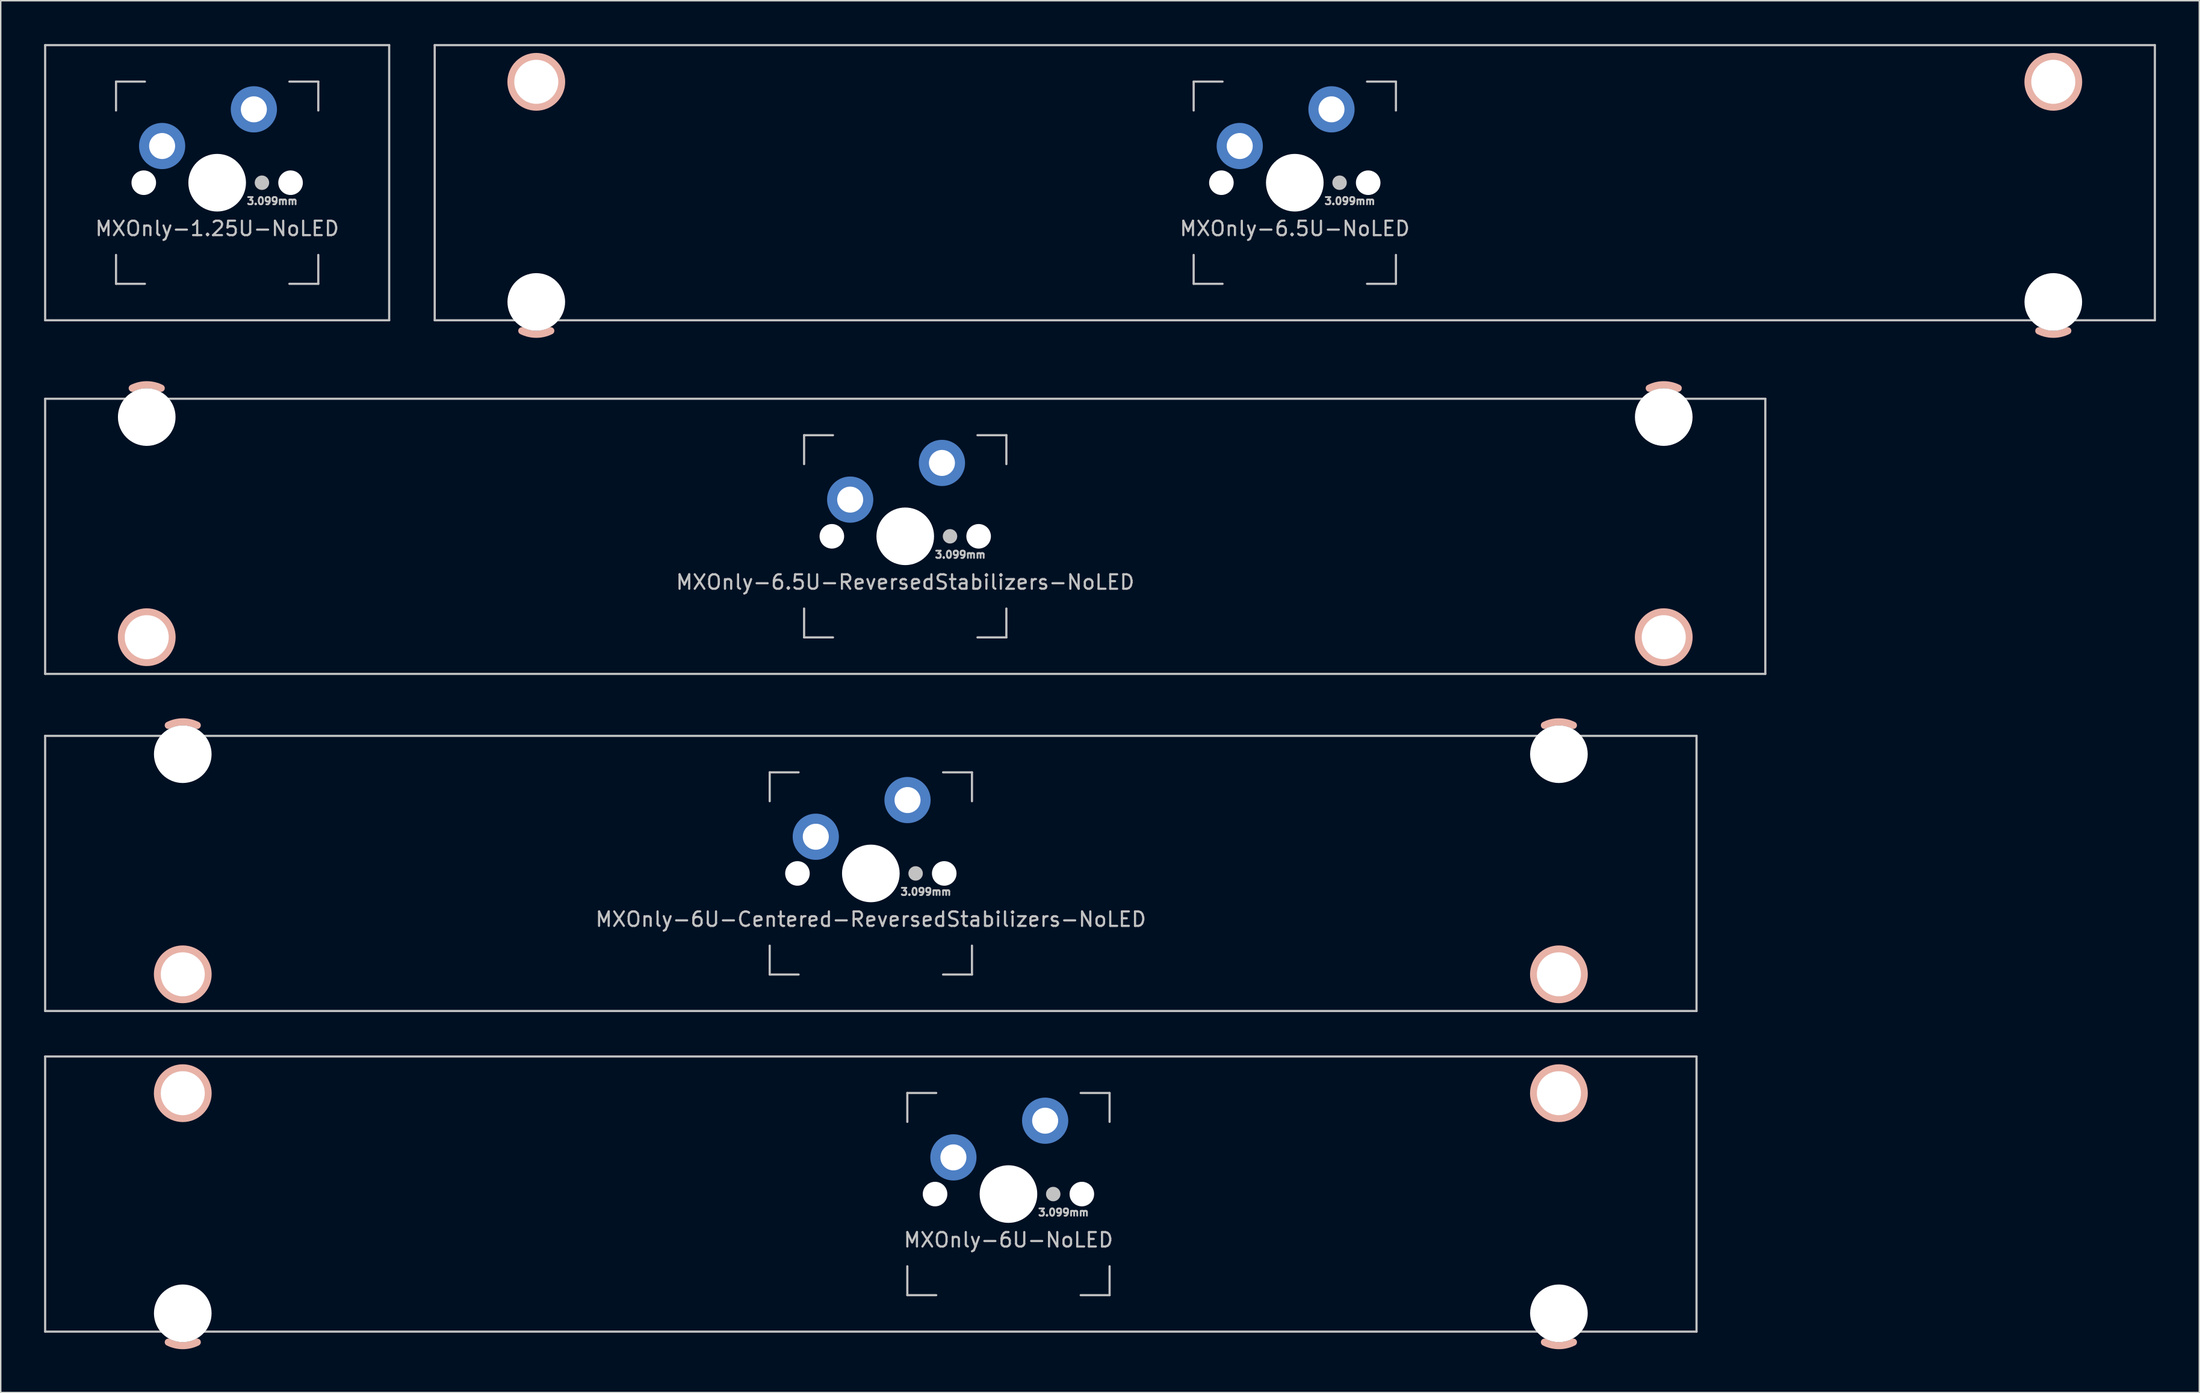
<source format=kicad_pcb>
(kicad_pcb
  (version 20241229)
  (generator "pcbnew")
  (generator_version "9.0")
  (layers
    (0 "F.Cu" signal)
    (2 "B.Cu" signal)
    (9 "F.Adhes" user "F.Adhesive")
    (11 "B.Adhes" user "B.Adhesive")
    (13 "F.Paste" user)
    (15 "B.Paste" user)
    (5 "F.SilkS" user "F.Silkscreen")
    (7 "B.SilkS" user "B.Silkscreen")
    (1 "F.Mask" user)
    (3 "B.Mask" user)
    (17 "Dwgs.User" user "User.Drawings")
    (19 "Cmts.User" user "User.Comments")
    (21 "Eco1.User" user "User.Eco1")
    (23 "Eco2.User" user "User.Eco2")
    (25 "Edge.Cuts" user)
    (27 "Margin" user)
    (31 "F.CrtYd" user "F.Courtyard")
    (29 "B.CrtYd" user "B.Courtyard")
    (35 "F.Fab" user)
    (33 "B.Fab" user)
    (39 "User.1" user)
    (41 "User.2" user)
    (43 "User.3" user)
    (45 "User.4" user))
  (footprint "MXOnly-6U-NoLED"
    (layer "F.Cu")
    (at 57.225 79.623)
    (property "Reference" "MXOnly-6U-NoLED" (at 9.525 3.175 0) (layer "Dwgs.User") (effects (font (size 1 1) (thickness 0.15))))
    (attr through_hole)
    (fp_arc (start -46.625 10.255) (mid -47.624413 10.491068) (end -48.623949 10.255525) (stroke (width 0.5) (type solid)) (layer "B.SilkS"))
    (fp_arc (start 48.625 10.255) (mid 47.625587 10.491068) (end 46.626051 10.255525) (stroke (width 0.5) (type solid)) (layer "B.SilkS"))
    (fp_circle (center -47.625 -6.985) (end -45.875 -6.985) (stroke (width 0.5) (type solid)) (fill no) (layer "B.SilkS"))
    (fp_circle (center 47.625 -6.985) (end 49.375 -6.985) (stroke (width 0.5) (type solid)) (fill no) (layer "B.SilkS"))
    (fp_line (start -57.15 -9.525) (end 57.15 -9.525) (stroke (width 0.15) (type solid)) (layer "Dwgs.User"))
    (fp_line (start -57.15 9.525) (end -57.15 -9.525) (stroke (width 0.15) (type solid)) (layer "Dwgs.User"))
    (fp_line (start -57.15 9.525) (end 57.15 9.525) (stroke (width 0.15) (type solid)) (layer "Dwgs.User"))
    (fp_line (start 2.525 -7) (end 2.525 -5) (stroke (width 0.15) (type solid)) (layer "Dwgs.User"))
    (fp_line (start 2.525 5) (end 2.525 7) (stroke (width 0.15) (type solid)) (layer "Dwgs.User"))
    (fp_line (start 2.525 7) (end 4.525 7) (stroke (width 0.15) (type solid)) (layer "Dwgs.User"))
    (fp_line (start 4.525 -7) (end 2.525 -7) (stroke (width 0.15) (type solid)) (layer "Dwgs.User"))
    (fp_line (start 14.525 -7) (end 16.525 -7) (stroke (width 0.15) (type solid)) (layer "Dwgs.User"))
    (fp_line (start 14.525 7) (end 16.525 7) (stroke (width 0.15) (type solid)) (layer "Dwgs.User"))
    (fp_line (start 16.525 -7) (end 16.525 -5) (stroke (width 0.15) (type solid)) (layer "Dwgs.User"))
    (fp_line (start 16.525 7) (end 16.525 5) (stroke (width 0.15) (type solid)) (layer "Dwgs.User"))
    (fp_line (start 57.15 -9.525) (end 57.15 9.525) (stroke (width 0.15) (type solid)) (layer "Dwgs.User"))
    (fp_text user "3.099mm" (at 13.335 1.27 0) (layer "Dwgs.User") (effects (font (size 0.5 0.5) (thickness 0.125))))
    (pad "" np_thru_hole circle (at -47.625 -6.985) (size 3.048 3.048) (drill 3.048) (layers "*.Cu" "*.Mask"))
    (pad "" np_thru_hole circle (at -47.625 8.255) (size 3.988 3.988) (drill 3.988) (layers "*.Cu" "*.Mask"))
    (pad "" np_thru_hole circle (at 4.445 0 48.099) (size 1.7 1.7) (drill 1.7) (layers "*.Cu" "*.Mask"))
    (pad "" smd circle (at 5.715 -2.54) (size 2.8 2.8) (layers "B.Mask"))
    (pad "" np_thru_hole circle (at 9.525 0) (size 3.988 3.988) (drill 3.988) (layers "*.Cu" "*.Mask"))
    (pad "" smd circle (at 12.065 -5.08) (size 2.8 2.8) (layers "B.Mask"))
    (pad "" smd circle (at 12.624 0) (size 1 1) (layers "Dwgs.User"))
    (pad "" np_thru_hole circle (at 14.605 0 48.099) (size 1.7 1.7) (drill 1.7) (layers "*.Cu" "*.Mask"))
    (pad "" np_thru_hole circle (at 47.625 -6.985) (size 3.048 3.048) (drill 3.048) (layers "*.Cu" "*.Mask"))
    (pad "" np_thru_hole circle (at 47.625 8.255) (size 3.988 3.988) (drill 3.988) (layers "*.Cu" "*.Mask"))
    (pad "1" thru_hole circle (at 5.715 -2.54) (size 2.4 2.4) (drill 1.8) (layers "*.Cu"))
    (pad "1" connect circle (at 5.715 -2.54) (size 3.2 3.2) (layers "B.Cu"))
    (pad "2" thru_hole circle (at 12.065 -5.08) (size 2.4 2.4) (drill 1.8) (layers "*.Cu"))
    (pad "2" connect circle (at 12.065 -5.08) (size 3.2 3.2) (layers "B.Cu")))
  (footprint "MXOnly-6U-Centered-ReversedStabilizers-NoLED"
    (layer "F.Cu")
    (at 57.225 57.423)
    (property "Reference" "MXOnly-6U-Centered-ReversedStabilizers-NoLED" (at 0 3.175 0) (layer "Dwgs.User") (effects (font (size 1 1) (thickness 0.15))))
    (attr through_hole)
    (fp_arc (start -48.625 -10.255) (mid -47.625587 -10.491068) (end -46.626051 -10.255525) (stroke (width 0.5) (type solid)) (layer "B.SilkS"))
    (fp_arc (start 46.625 -10.255) (mid 47.624413 -10.491068) (end 48.623949 -10.255525) (stroke (width 0.5) (type solid)) (layer "B.SilkS"))
    (fp_circle (center -47.625 6.985) (end -49.375 6.985) (stroke (width 0.5) (type solid)) (fill no) (layer "B.SilkS"))
    (fp_circle (center 47.625 6.985) (end 45.875 6.985) (stroke (width 0.5) (type solid)) (fill no) (layer "B.SilkS"))
    (fp_line (start -57.15 -9.525) (end 57.15 -9.525) (stroke (width 0.15) (type solid)) (layer "Dwgs.User"))
    (fp_line (start -57.15 9.525) (end -57.15 -9.525) (stroke (width 0.15) (type solid)) (layer "Dwgs.User"))
    (fp_line (start -57.15 9.525) (end 57.15 9.525) (stroke (width 0.15) (type solid)) (layer "Dwgs.User"))
    (fp_line (start -7 -7) (end -7 -5) (stroke (width 0.15) (type solid)) (layer "Dwgs.User"))
    (fp_line (start -7 5) (end -7 7) (stroke (width 0.15) (type solid)) (layer "Dwgs.User"))
    (fp_line (start -7 7) (end -5 7) (stroke (width 0.15) (type solid)) (layer "Dwgs.User"))
    (fp_line (start -5 -7) (end -7 -7) (stroke (width 0.15) (type solid)) (layer "Dwgs.User"))
    (fp_line (start 5 -7) (end 7 -7) (stroke (width 0.15) (type solid)) (layer "Dwgs.User"))
    (fp_line (start 5 7) (end 7 7) (stroke (width 0.15) (type solid)) (layer "Dwgs.User"))
    (fp_line (start 7 -7) (end 7 -5) (stroke (width 0.15) (type solid)) (layer "Dwgs.User"))
    (fp_line (start 7 7) (end 7 5) (stroke (width 0.15) (type solid)) (layer "Dwgs.User"))
    (fp_line (start 57.15 -9.525) (end 57.15 9.525) (stroke (width 0.15) (type solid)) (layer "Dwgs.User"))
    (fp_text user "3.099mm" (at 3.81 1.27 0) (layer "Dwgs.User") (effects (font (size 0.5 0.5) (thickness 0.125))))
    (pad "" np_thru_hole circle (at -47.625 -8.255) (size 3.988 3.988) (drill 3.988) (layers "*.Cu" "*.Mask"))
    (pad "" np_thru_hole circle (at -47.625 6.985) (size 3.048 3.048) (drill 3.048) (layers "*.Cu" "*.Mask"))
    (pad "" np_thru_hole circle (at -5.08 0 48.099) (size 1.7 1.7) (drill 1.7) (layers "*.Cu" "*.Mask"))
    (pad "" smd circle (at -3.81 -2.54) (size 2.8 2.8) (layers "B.Mask"))
    (pad "" np_thru_hole circle (at 0 0) (size 3.988 3.988) (drill 3.988) (layers "*.Cu" "*.Mask"))
    (pad "" smd circle (at 2.54 -5.08) (size 2.8 2.8) (layers "B.Mask"))
    (pad "" smd circle (at 3.099 0) (size 1 1) (layers "Dwgs.User"))
    (pad "" np_thru_hole circle (at 5.08 0 48.099) (size 1.7 1.7) (drill 1.7) (layers "*.Cu" "*.Mask"))
    (pad "" np_thru_hole circle (at 47.625 -8.255) (size 3.988 3.988) (drill 3.988) (layers "*.Cu" "*.Mask"))
    (pad "" np_thru_hole circle (at 47.625 6.985) (size 3.048 3.048) (drill 3.048) (layers "*.Cu" "*.Mask"))
    (pad "1" thru_hole circle (at -3.81 -2.54) (size 2.4 2.4) (drill 1.8) (layers "*.Cu"))
    (pad "1" connect circle (at -3.81 -2.54) (size 3.2 3.2) (layers "B.Cu"))
    (pad "2" thru_hole circle (at 2.54 -5.08) (size 2.4 2.4) (drill 1.8) (layers "*.Cu"))
    (pad "2" connect circle (at 2.54 -5.08) (size 3.2 3.2) (layers "B.Cu")))
  (footprint "MXOnly-1.25U-NoLED"
    (layer "F.Cu")
    (at 11.981 9.6)
    (property "Reference" "MXOnly-1.25U-NoLED" (at 0 3.175 0) (layer "Dwgs.User") (effects (font (size 1 1) (thickness 0.15))))
    (attr through_hole)
    (fp_line (start -11.906 -9.525) (end 11.906 -9.525) (stroke (width 0.15) (type solid)) (layer "Dwgs.User"))
    (fp_line (start -11.906 9.525) (end -11.906 -9.525) (stroke (width 0.15) (type solid)) (layer "Dwgs.User"))
    (fp_line (start -11.906 9.525) (end 11.906 9.525) (stroke (width 0.15) (type solid)) (layer "Dwgs.User"))
    (fp_line (start -7 -7) (end -7 -5) (stroke (width 0.15) (type solid)) (layer "Dwgs.User"))
    (fp_line (start -7 5) (end -7 7) (stroke (width 0.15) (type solid)) (layer "Dwgs.User"))
    (fp_line (start -7 7) (end -5 7) (stroke (width 0.15) (type solid)) (layer "Dwgs.User"))
    (fp_line (start -5 -7) (end -7 -7) (stroke (width 0.15) (type solid)) (layer "Dwgs.User"))
    (fp_line (start 5 -7) (end 7 -7) (stroke (width 0.15) (type solid)) (layer "Dwgs.User"))
    (fp_line (start 5 7) (end 7 7) (stroke (width 0.15) (type solid)) (layer "Dwgs.User"))
    (fp_line (start 7 -7) (end 7 -5) (stroke (width 0.15) (type solid)) (layer "Dwgs.User"))
    (fp_line (start 7 7) (end 7 5) (stroke (width 0.15) (type solid)) (layer "Dwgs.User"))
    (fp_line (start 11.906 -9.525) (end 11.906 9.525) (stroke (width 0.15) (type solid)) (layer "Dwgs.User"))
    (fp_text user "3.099mm" (at 3.81 1.27 0) (layer "Dwgs.User") (effects (font (size 0.5 0.5) (thickness 0.125))))
    (pad "" np_thru_hole circle (at -5.08 0 48.099) (size 1.7 1.7) (drill 1.7) (layers "*.Cu" "*.Mask"))
    (pad "" smd circle (at -3.81 -2.54) (size 2.8 2.8) (layers "B.Mask"))
    (pad "" np_thru_hole circle (at 0 0) (size 3.988 3.988) (drill 3.988) (layers "*.Cu" "*.Mask"))
    (pad "" smd circle (at 2.54 -5.08) (size 2.8 2.8) (layers "B.Mask"))
    (pad "" smd circle (at 3.099 0) (size 1 1) (layers "Dwgs.User"))
    (pad "" np_thru_hole circle (at 5.08 0 48.099) (size 1.7 1.7) (drill 1.7) (layers "*.Cu" "*.Mask"))
    (pad "1" thru_hole circle (at -3.81 -2.54) (size 2.4 2.4) (drill 1.8) (layers "*.Cu"))
    (pad "1" connect circle (at -3.81 -2.54) (size 3.2 3.2) (layers "B.Cu"))
    (pad "2" thru_hole circle (at 2.54 -5.08) (size 2.4 2.4) (drill 1.8) (layers "*.Cu"))
    (pad "2" connect circle (at 2.54 -5.08) (size 3.2 3.2) (layers "B.Cu")))
  (footprint "MXOnly-6.5U-ReversedStabilizers-NoLED"
    (layer "F.Cu")
    (at 59.606 34.082)
    (property "Reference" "MXOnly-6.5U-ReversedStabilizers-NoLED" (at 0 3.175 0) (layer "Dwgs.User") (effects (font (size 1 1) (thickness 0.15))))
    (attr through_hole)
    (fp_arc (start -53.4999 -10.255) (mid -52.500487 -10.491068) (end -51.500951 -10.255525) (stroke (width 0.5) (type solid)) (layer "B.SilkS"))
    (fp_arc (start 51.4999 -10.255) (mid 52.499313 -10.491068) (end 53.498849 -10.255525) (stroke (width 0.5) (type solid)) (layer "B.SilkS"))
    (fp_circle (center -52.5 6.985) (end -54.25 6.985) (stroke (width 0.5) (type solid)) (fill no) (layer "B.SilkS"))
    (fp_circle (center 52.5 6.985) (end 50.75 6.985) (stroke (width 0.5) (type solid)) (fill no) (layer "B.SilkS"))
    (fp_line (start -59.531 -9.525) (end 59.531 -9.525) (stroke (width 0.15) (type solid)) (layer "Dwgs.User"))
    (fp_line (start -59.531 9.525) (end -59.531 -9.525) (stroke (width 0.15) (type solid)) (layer "Dwgs.User"))
    (fp_line (start -59.531 9.525) (end 59.531 9.525) (stroke (width 0.15) (type solid)) (layer "Dwgs.User"))
    (fp_line (start -7 -7) (end -7 -5) (stroke (width 0.15) (type solid)) (layer "Dwgs.User"))
    (fp_line (start -7 5) (end -7 7) (stroke (width 0.15) (type solid)) (layer "Dwgs.User"))
    (fp_line (start -7 7) (end -5 7) (stroke (width 0.15) (type solid)) (layer "Dwgs.User"))
    (fp_line (start -5 -7) (end -7 -7) (stroke (width 0.15) (type solid)) (layer "Dwgs.User"))
    (fp_line (start 5 -7) (end 7 -7) (stroke (width 0.15) (type solid)) (layer "Dwgs.User"))
    (fp_line (start 5 7) (end 7 7) (stroke (width 0.15) (type solid)) (layer "Dwgs.User"))
    (fp_line (start 7 -7) (end 7 -5) (stroke (width 0.15) (type solid)) (layer "Dwgs.User"))
    (fp_line (start 7 7) (end 7 5) (stroke (width 0.15) (type solid)) (layer "Dwgs.User"))
    (fp_line (start 59.531 -9.525) (end 59.531 9.525) (stroke (width 0.15) (type solid)) (layer "Dwgs.User"))
    (fp_text user "3.099mm" (at 3.81 1.27 0) (layer "Dwgs.User") (effects (font (size 0.5 0.5) (thickness 0.125))))
    (pad "" np_thru_hole circle (at -52.5 -8.255) (size 3.988 3.988) (drill 3.988) (layers "*.Cu" "*.Mask"))
    (pad "" np_thru_hole circle (at -52.5 6.985) (size 3.048 3.048) (drill 3.048) (layers "*.Cu" "*.Mask"))
    (pad "" np_thru_hole circle (at -5.08 0 48.099) (size 1.7 1.7) (drill 1.7) (layers "*.Cu" "*.Mask"))
    (pad "" smd circle (at -3.81 -2.54) (size 2.8 2.8) (layers "B.Mask"))
    (pad "" np_thru_hole circle (at 0 0) (size 3.988 3.988) (drill 3.988) (layers "*.Cu" "*.Mask"))
    (pad "" smd circle (at 2.54 -5.08) (size 2.8 2.8) (layers "B.Mask"))
    (pad "" smd circle (at 3.099 0) (size 1 1) (layers "Dwgs.User"))
    (pad "" np_thru_hole circle (at 5.08 0 48.099) (size 1.7 1.7) (drill 1.7) (layers "*.Cu" "*.Mask"))
    (pad "" np_thru_hole circle (at 52.5 -8.255) (size 3.988 3.988) (drill 3.988) (layers "*.Cu" "*.Mask"))
    (pad "" np_thru_hole circle (at 52.5 6.985) (size 3.048 3.048) (drill 3.048) (layers "*.Cu" "*.Mask"))
    (pad "1" thru_hole circle (at -3.81 -2.54) (size 2.4 2.4) (drill 1.8) (layers "*.Cu"))
    (pad "1" connect circle (at -3.81 -2.54) (size 3.2 3.2) (layers "B.Cu"))
    (pad "2" thru_hole circle (at 2.54 -5.08) (size 2.4 2.4) (drill 1.8) (layers "*.Cu"))
    (pad "2" connect circle (at 2.54 -5.08) (size 3.2 3.2) (layers "B.Cu")))
  (footprint "MXOnly-6.5U-NoLED"
    (layer "F.Cu")
    (at 86.569 9.6)
    (property "Reference" "MXOnly-6.5U-NoLED" (at 0 3.175 0) (layer "Dwgs.User") (effects (font (size 1 1) (thickness 0.15))))
    (attr through_hole)
    (fp_arc (start -51.4999 10.254998) (mid -52.499313 10.491066) (end -53.498849 10.255523) (stroke (width 0.5) (type solid)) (layer "B.SilkS"))
    (fp_arc (start 53.4999 10.255) (mid 52.500487 10.491068) (end 51.500951 10.255525) (stroke (width 0.5) (type solid)) (layer "B.SilkS"))
    (fp_circle (center -52.5 -6.985) (end -54.25 -6.985) (stroke (width 0.5) (type solid)) (fill no) (layer "B.SilkS"))
    (fp_circle (center 52.5 -6.985) (end 50.75 -6.985) (stroke (width 0.5) (type solid)) (fill no) (layer "B.SilkS"))
    (fp_line (start -59.531 9.525) (end -59.531 -9.525) (stroke (width 0.15) (type solid)) (layer "Dwgs.User"))
    (fp_line (start -7 -7) (end -7 -5) (stroke (width 0.15) (type solid)) (layer "Dwgs.User"))
    (fp_line (start -7 5) (end -7 7) (stroke (width 0.15) (type solid)) (layer "Dwgs.User"))
    (fp_line (start -7 7) (end -5 7) (stroke (width 0.15) (type solid)) (layer "Dwgs.User"))
    (fp_line (start -5 -7) (end -7 -7) (stroke (width 0.15) (type solid)) (layer "Dwgs.User"))
    (fp_line (start 5 -7) (end 7 -7) (stroke (width 0.15) (type solid)) (layer "Dwgs.User"))
    (fp_line (start 5 7) (end 7 7) (stroke (width 0.15) (type solid)) (layer "Dwgs.User"))
    (fp_line (start 7 -7) (end 7 -5) (stroke (width 0.15) (type solid)) (layer "Dwgs.User"))
    (fp_line (start 7 7) (end 7 5) (stroke (width 0.15) (type solid)) (layer "Dwgs.User"))
    (fp_line (start 59.531 -9.525) (end -59.531 -9.525) (stroke (width 0.15) (type solid)) (layer "Dwgs.User"))
    (fp_line (start 59.531 -9.525) (end 59.531 9.525) (stroke (width 0.15) (type solid)) (layer "Dwgs.User"))
    (fp_line (start 59.531 9.525) (end -59.531 9.525) (stroke (width 0.15) (type solid)) (layer "Dwgs.User"))
    (fp_text user "3.099mm" (at 3.81 1.27 0) (layer "Dwgs.User") (effects (font (size 0.5 0.5) (thickness 0.125))))
    (pad "" np_thru_hole circle (at -52.5 -6.985 180) (size 3.048 3.048) (drill 3.048) (layers "*.Cu" "*.Mask"))
    (pad "" np_thru_hole circle (at -52.5 8.255 180) (size 3.988 3.988) (drill 3.988) (layers "*.Cu" "*.Mask"))
    (pad "" np_thru_hole circle (at -5.08 0 48.099) (size 1.7 1.7) (drill 1.7) (layers "*.Cu" "*.Mask"))
    (pad "" smd circle (at -3.81 -2.54) (size 2.8 2.8) (layers "B.Mask"))
    (pad "" np_thru_hole circle (at 0 0) (size 3.988 3.988) (drill 3.988) (layers "*.Cu" "*.Mask"))
    (pad "" smd circle (at 2.54 -5.08) (size 2.8 2.8) (layers "B.Mask"))
    (pad "" smd circle (at 3.099 0) (size 1 1) (layers "Dwgs.User"))
    (pad "" np_thru_hole circle (at 5.08 0 48.099) (size 1.7 1.7) (drill 1.7) (layers "*.Cu" "*.Mask"))
    (pad "" np_thru_hole circle (at 52.5 -6.985 180) (size 3.048 3.048) (drill 3.048) (layers "*.Cu" "*.Mask"))
    (pad "" np_thru_hole circle (at 52.5 8.255 180) (size 3.988 3.988) (drill 3.988) (layers "*.Cu" "*.Mask"))
    (pad "1" thru_hole circle (at -3.81 -2.54) (size 2.4 2.4) (drill 1.8) (layers "*.Cu"))
    (pad "1" connect circle (at -3.81 -2.54) (size 3.2 3.2) (layers "B.Cu"))
    (pad "2" thru_hole circle (at 2.54 -5.08) (size 2.4 2.4) (drill 1.8) (layers "*.Cu"))
    (pad "2" connect circle (at 2.54 -5.08) (size 3.2 3.2) (layers "B.Cu")))
  (gr_rect
    (start -3 -3)
    (end 149.175 93.364)
    (stroke (width 0.1) (type default))
    (fill no)
    (layer "Edge.Cuts")))
</source>
